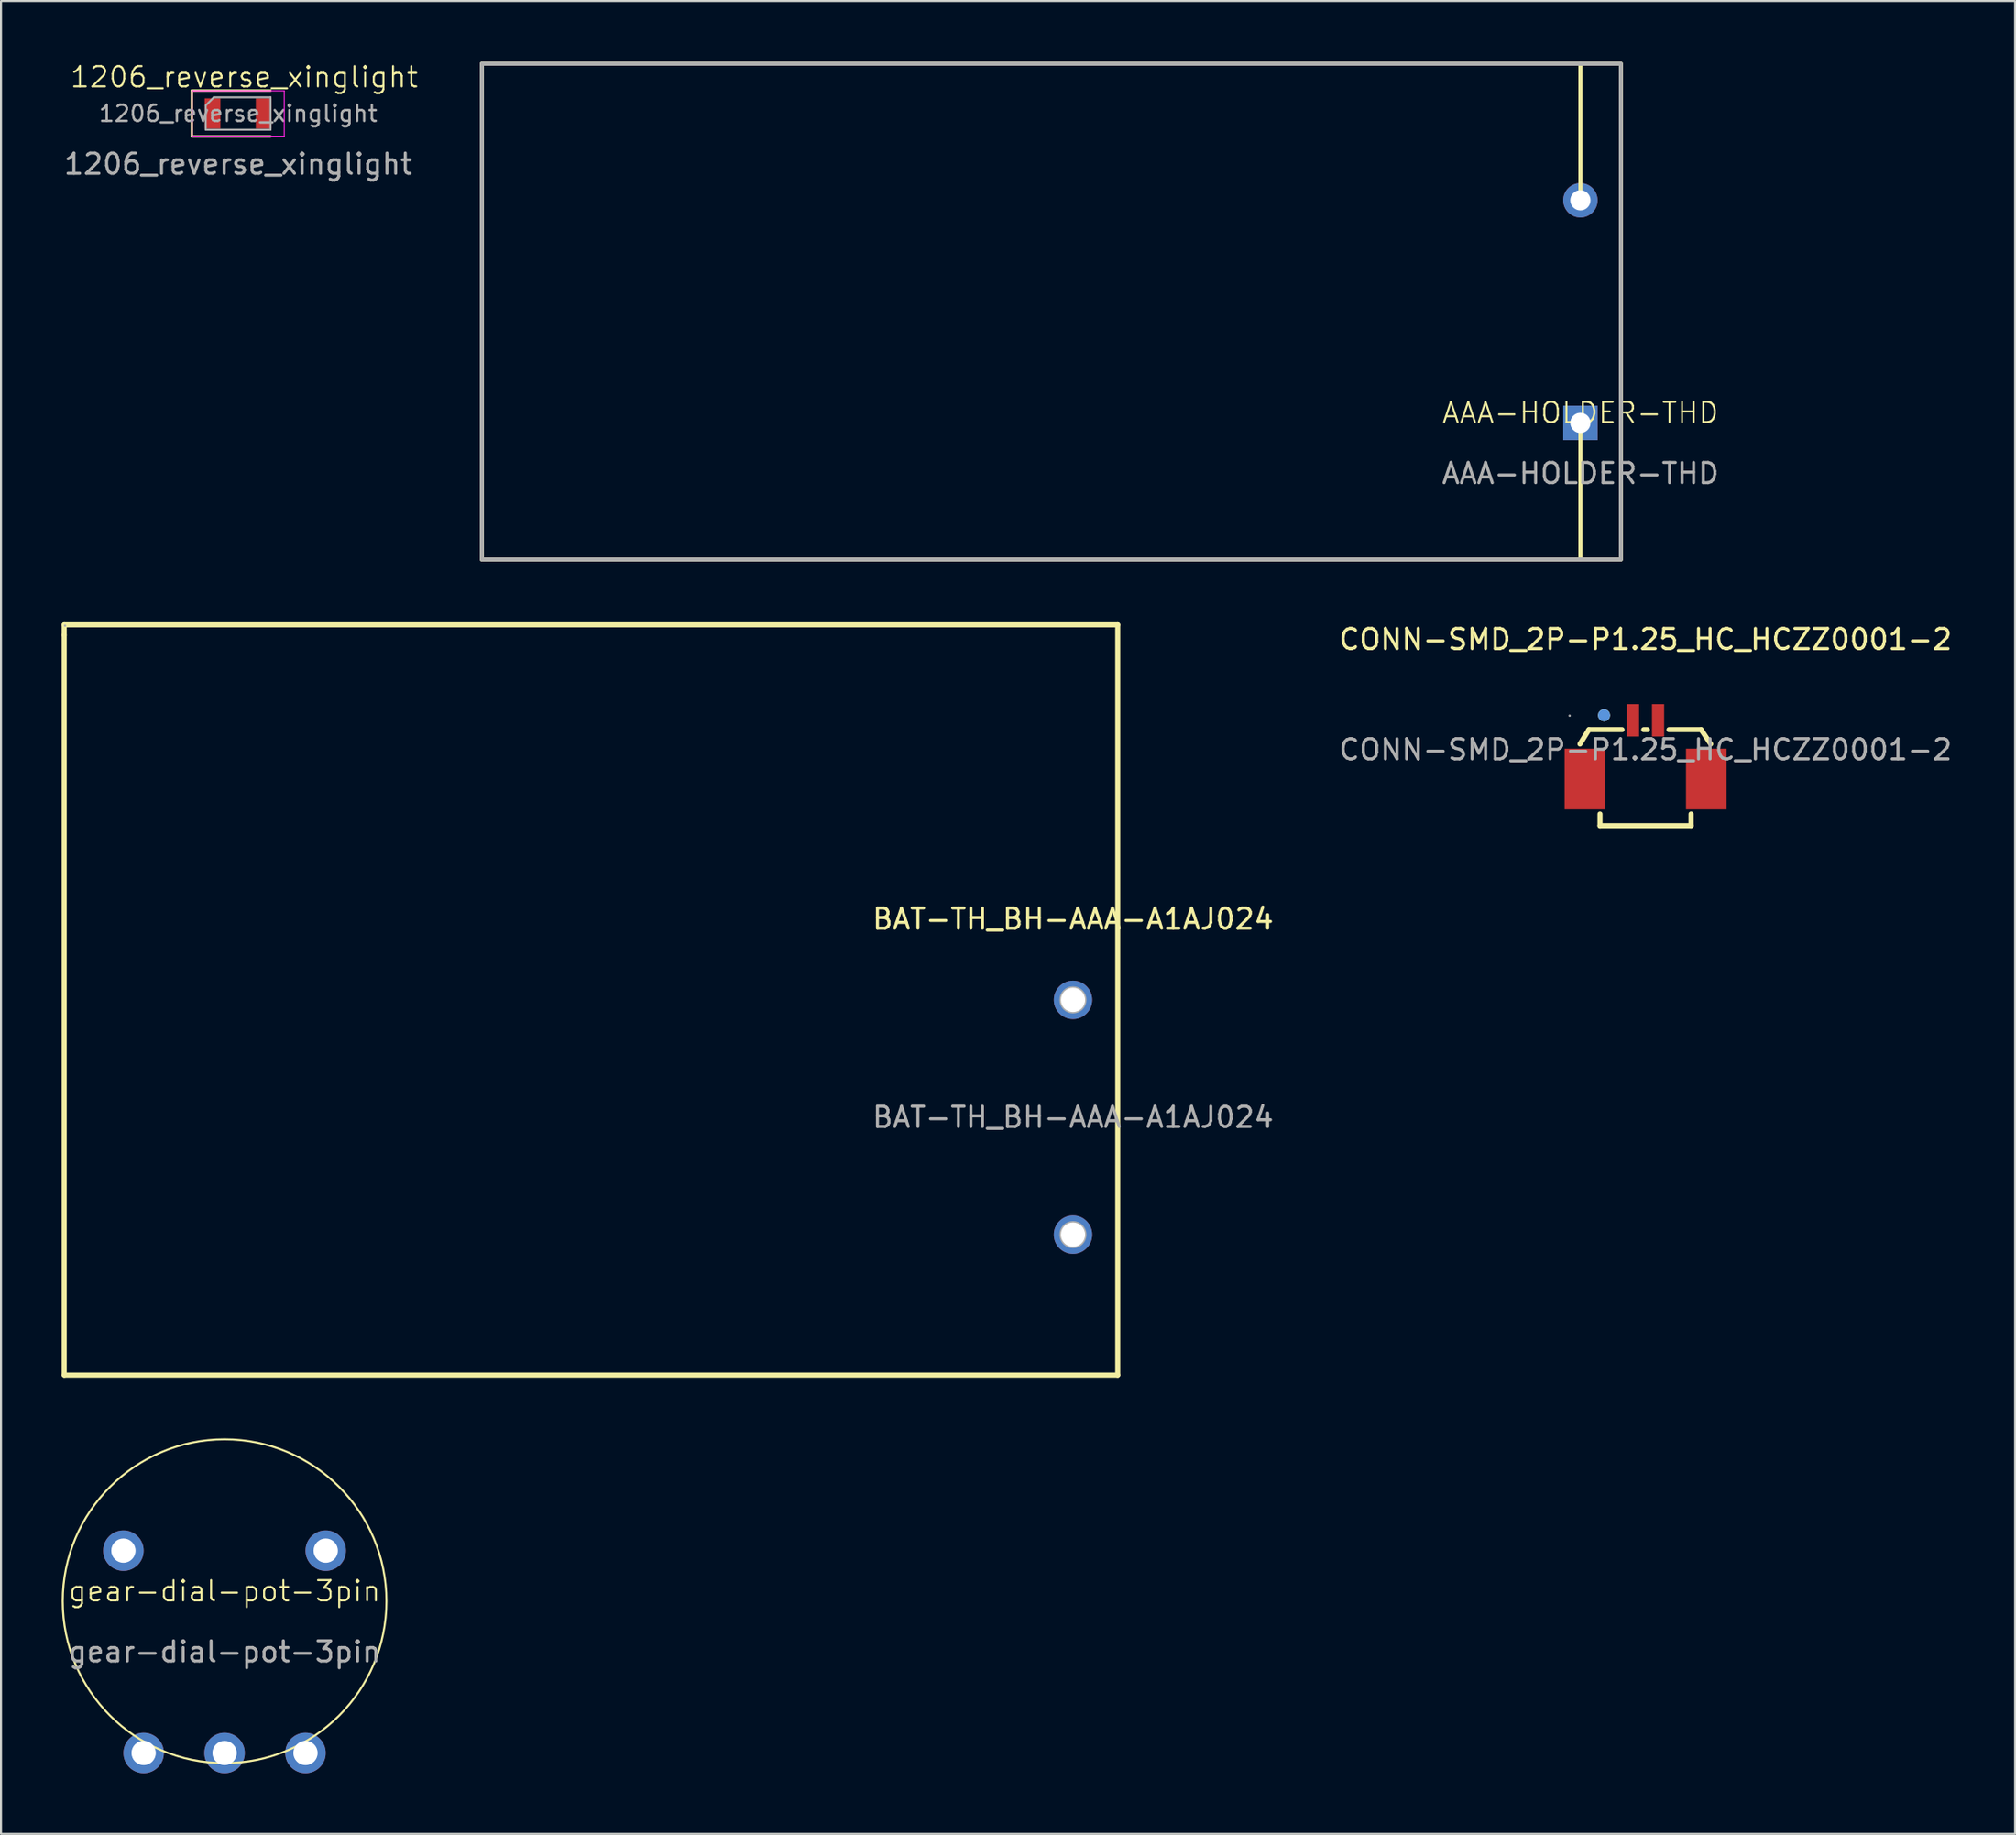
<source format=kicad_pcb>
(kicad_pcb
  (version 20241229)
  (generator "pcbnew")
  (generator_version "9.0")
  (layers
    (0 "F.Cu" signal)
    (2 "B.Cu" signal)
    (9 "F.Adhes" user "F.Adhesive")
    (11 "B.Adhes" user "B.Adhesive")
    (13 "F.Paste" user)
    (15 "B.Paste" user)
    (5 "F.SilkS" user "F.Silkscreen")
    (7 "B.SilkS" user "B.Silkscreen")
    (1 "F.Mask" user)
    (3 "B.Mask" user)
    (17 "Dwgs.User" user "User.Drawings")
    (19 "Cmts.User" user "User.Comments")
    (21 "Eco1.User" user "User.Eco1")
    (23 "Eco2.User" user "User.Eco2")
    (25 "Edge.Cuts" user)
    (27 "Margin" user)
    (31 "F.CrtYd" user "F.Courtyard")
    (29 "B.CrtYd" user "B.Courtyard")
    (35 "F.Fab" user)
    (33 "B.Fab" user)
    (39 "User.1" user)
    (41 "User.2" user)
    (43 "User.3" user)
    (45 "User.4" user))
  (footprint "AAA-HOLDER-THD"
    (layer "F.Cu")
    (at 75.065 17.85)
    (property "Reference" "AAA-HOLDER-THD" (at 0 -0.5 0) (unlocked yes) (layer "F.SilkS") (effects (font (size 1 1) (thickness 0.1))))
    (attr through_hole)
    (fp_line (start 0 -11) (end 0 -17.75) (stroke (width 0.2) (type default)) (layer "F.SilkS"))
    (fp_line (start 0 0) (end 0 6.75) (stroke (width 0.2) (type default)) (layer "F.SilkS"))
    (fp_rect (start -54.3 -17.75) (end 2 6.75) (stroke (width 0.2) (type default)) (fill no) (layer "F.SilkS"))
    (fp_rect (start -54.3 -17.75) (end 2 6.75) (stroke (width 0.2) (type default)) (fill no) (layer "F.Fab"))
    (fp_text user "${REFERENCE}" (at 0 2.5 0) (unlocked yes) (layer "F.Fab") (effects (font (size 1 1) (thickness 0.15))))
    (pad "1" thru_hole rect (at 0 0) (size 1.7 1.7) (drill 1) (layers "*.Cu" "*.Mask"))
    (pad "2" thru_hole circle (at 0 -11) (size 1.7 1.7) (drill 1) (layers "*.Cu" "*.Mask")))
  (footprint "BAT-TH_BH-AAA-A1AJ024"
    (layer "F.Cu")
    (at 49.985 52.165)
    (property "Reference" "BAT-TH_BH-AAA-A1AJ024" (at 0 -9.8 0) (layer "F.SilkS") (effects (font (size 1 1) (thickness 0.15))))
    (attr through_hole)
    (fp_line (start -49.86 -24.34) (end 2.21 -24.34) (stroke (width 0.25) (type solid)) (layer "F.SilkS"))
    (fp_line (start -49.86 -23.83) (end -49.86 -24.34) (stroke (width 0.25) (type solid)) (layer "F.SilkS"))
    (fp_line (start -49.86 12.74) (end -49.86 -23.83) (stroke (width 0.25) (type solid)) (layer "F.SilkS"))
    (fp_line (start 2.21 -24.34) (end 2.21 12.74) (stroke (width 0.25) (type solid)) (layer "F.SilkS"))
    (fp_line (start 2.21 12.74) (end -49.86 12.74) (stroke (width 0.25) (type solid)) (layer "F.SilkS"))
    (fp_circle (center -49.82 -24.3) (end -49.79 -24.3) (stroke (width 0.06) (type solid)) (fill no) (layer "F.Fab"))
    (fp_circle (center 0 -5.8) (end 0.22 -5.8) (stroke (width 0.45) (type solid)) (fill no) (layer "F.Fab"))
    (fp_circle (center 0 5.8) (end 0.22 5.8) (stroke (width 0.45) (type solid)) (fill no) (layer "F.Fab"))
    (fp_text user "${REFERENCE}" (at 0 0 0) (layer "F.Fab") (effects (font (size 1 1) (thickness 0.15))))
    (pad "1" thru_hole circle (at 0 5.8) (size 1.9 1.9) (drill 1.2) (layers "*.Cu" "*.Mask"))
    (pad "2" thru_hole circle (at 0 -5.8) (size 1.9 1.9) (drill 1.2) (layers "*.Cu" "*.Mask")))
  (footprint "gear-dial-pot-3pin"
    (layer "F.Cu")
    (at 8.05 76.08)
    (property "Reference" "gear-dial-pot-3pin" (at 0 -0.5 0) (unlocked yes) (layer "F.SilkS") (effects (font (size 1 1) (thickness 0.1))))
    (attr through_hole)
    (fp_circle (center 0 0) (end 8 0) (stroke (width 0.1) (type default)) (fill no) (layer "F.SilkS"))
    (fp_text user "${REFERENCE}" (at 0 2.5 0) (unlocked yes) (layer "F.Fab") (effects (font (size 1 1) (thickness 0.15))))
    (pad "" thru_hole circle (at -5 -2.5) (size 2 2) (drill 1.2) (layers "*.Cu" "*.Mask"))
    (pad "" thru_hole circle (at 5 -2.5) (size 2 2) (drill 1.2) (layers "*.Cu" "*.Mask"))
    (pad "1" thru_hole circle (at -4 7.5) (size 2 2) (drill 1.2) (layers "*.Cu" "*.Mask"))
    (pad "2" thru_hole circle (at 0 7.5) (size 2 2) (drill 1.2) (layers "*.Cu" "*.Mask"))
    (pad "3" thru_hole circle (at 4 7.5) (size 2 2) (drill 1.2) (layers "*.Cu" "*.Mask")))
  (footprint "1206_reverse_xinglight"
    (layer "F.Cu")
    (at 8.72 2.561)
    (property "Reference" "1206_reverse_xinglight" (at 0.3 -1.8 0) (unlocked yes) (layer "F.SilkS") (effects (font (size 1 1) (thickness 0.1))))
    (attr smd)
    (fp_rect (start -0.875 -0.75) (end 0.875 0.75) (stroke (width 0.1) (type solid)) (fill yes) (layer "F.Mask"))
    (fp_line (start -2.285 -1.135) (end -2.285 1.135) (stroke (width 0.12) (type solid)) (layer "F.SilkS"))
    (fp_line (start -2.285 1.135) (end 1.6 1.135) (stroke (width 0.12) (type solid)) (layer "F.SilkS"))
    (fp_line (start 1.6 -1.135) (end -2.285 -1.135) (stroke (width 0.12) (type solid)) (layer "F.SilkS"))
    (fp_line (start -2.28 -1.12) (end 2.28 -1.12) (stroke (width 0.05) (type solid)) (layer "F.CrtYd"))
    (fp_line (start -2.28 1.12) (end -2.28 -1.12) (stroke (width 0.05) (type solid)) (layer "F.CrtYd"))
    (fp_line (start 2.28 -1.12) (end 2.28 1.12) (stroke (width 0.05) (type solid)) (layer "F.CrtYd"))
    (fp_line (start 2.28 1.12) (end -2.28 1.12) (stroke (width 0.05) (type solid)) (layer "F.CrtYd"))
    (fp_line (start -1.6 -0.4) (end -1.6 0.8) (stroke (width 0.1) (type solid)) (layer "F.Fab"))
    (fp_line (start -1.6 0.8) (end 1.6 0.8) (stroke (width 0.1) (type solid)) (layer "F.Fab"))
    (fp_line (start -1.2 -0.8) (end -1.6 -0.4) (stroke (width 0.1) (type solid)) (layer "F.Fab"))
    (fp_line (start 1.6 -0.8) (end -1.2 -0.8) (stroke (width 0.1) (type solid)) (layer "F.Fab"))
    (fp_line (start 1.6 0.8) (end 1.6 -0.8) (stroke (width 0.1) (type solid)) (layer "F.Fab"))
    (fp_text user "${REFERENCE}" (at 0 0 0) (layer "F.Fab") (effects (font (size 0.8 0.8) (thickness 0.12))))
    (fp_text user "${REFERENCE}" (at 0 2.5 0) (unlocked yes) (layer "F.Fab") (effects (font (size 1 1) (thickness 0.15))))
    (pad "1" smd rect (at -1.265 0) (size 0.78 1.5) (layers "F.Cu" "F.Mask" "F.Paste"))
    (pad "2" smd rect (at 1.265 0) (size 0.78 1.5) (layers "F.Cu" "F.Mask" "F.Paste"))
    (zone (net_name "") (layers "F.Cu" "B.Cu") (name "no_cu") (hatch edge 0.5) (connect_pads) (min_thickness 0.25) (filled_areas_thickness no) (keepout (tracks allowed) (vias allowed) (pads allowed) (copperpour not_allowed) (footprints not_allowed)) (placement (enabled no)) (fill) (polygon (pts (xy 7.845 1.81) (xy 9.595 1.81) (xy 9.595 3.311) (xy 7.845 3.311)))))
  (footprint "CONN-SMD_2P-P1.25_HC_HCZZ0001-2"
    (layer "F.Cu")
    (at 78.283 33.998)
    (property "Reference" "CONN-SMD_2P-P1.25_HC_HCZZ0001-2" (at 0 -5.45 0) (layer "F.SilkS") (effects (font (size 1 1) (thickness 0.15))))
    (attr smd)
    (fp_line (start -2.8 -0.99) (end -3.24 -0.28) (stroke (width 0.25) (type solid)) (layer "F.SilkS"))
    (fp_line (start -2.8 -0.99) (end -1.16 -0.99) (stroke (width 0.25) (type solid)) (layer "F.SilkS"))
    (fp_line (start -2.25 3.76) (end -2.25 3.18) (stroke (width 0.25) (type solid)) (layer "F.SilkS"))
    (fp_line (start -2.25 3.76) (end 2.25 3.76) (stroke (width 0.25) (type solid)) (layer "F.SilkS"))
    (fp_line (start -0.09 -0.99) (end 0.09 -0.99) (stroke (width 0.25) (type solid)) (layer "F.SilkS"))
    (fp_line (start 1.16 -0.99) (end 2.75 -0.99) (stroke (width 0.25) (type solid)) (layer "F.SilkS"))
    (fp_line (start 2.25 3.76) (end 2.25 3.18) (stroke (width 0.25) (type solid)) (layer "F.SilkS"))
    (fp_line (start 2.75 -0.99) (end 3.22 -0.28) (stroke (width 0.25) (type solid)) (layer "F.SilkS"))
    (fp_circle (center -2.05 -1.7) (end -1.9 -1.7) (stroke (width 0.3) (type solid)) (fill no) (layer "F.SilkS"))
    (fp_circle (center -2.05 -1.7) (end -1.9 -1.7) (stroke (width 0.3) (type solid)) (fill no) (layer "Cmts.User"))
    (fp_circle (center -3.75 -1.68) (end -3.72 -1.68) (stroke (width 0.06) (type solid)) (fill no) (layer "F.Fab"))
    (fp_text user "${REFERENCE}" (at 0 0 0) (layer "F.Fab") (effects (font (size 1 1) (thickness 0.15))))
    (pad "1" smd rect (at -0.62 -1.45) (size 0.6 1.6) (layers "F.Cu" "F.Mask" "F.Paste"))
    (pad "2" smd rect (at 0.62 -1.45) (size 0.6 1.6) (layers "F.Cu" "F.Mask" "F.Paste"))
    (pad "SH" smd rect (at -3 1.45) (size 2 3) (layers "F.Cu" "F.Mask" "F.Paste"))
    (pad "SH" smd rect (at 3 1.45) (size 2 3) (layers "F.Cu" "F.Mask" "F.Paste")))
  (gr_rect
    (start -3 -3)
    (end 96.55 87.58)
    (stroke (width 0.1) (type default))
    (fill no)
    (layer "Edge.Cuts")))
</source>
